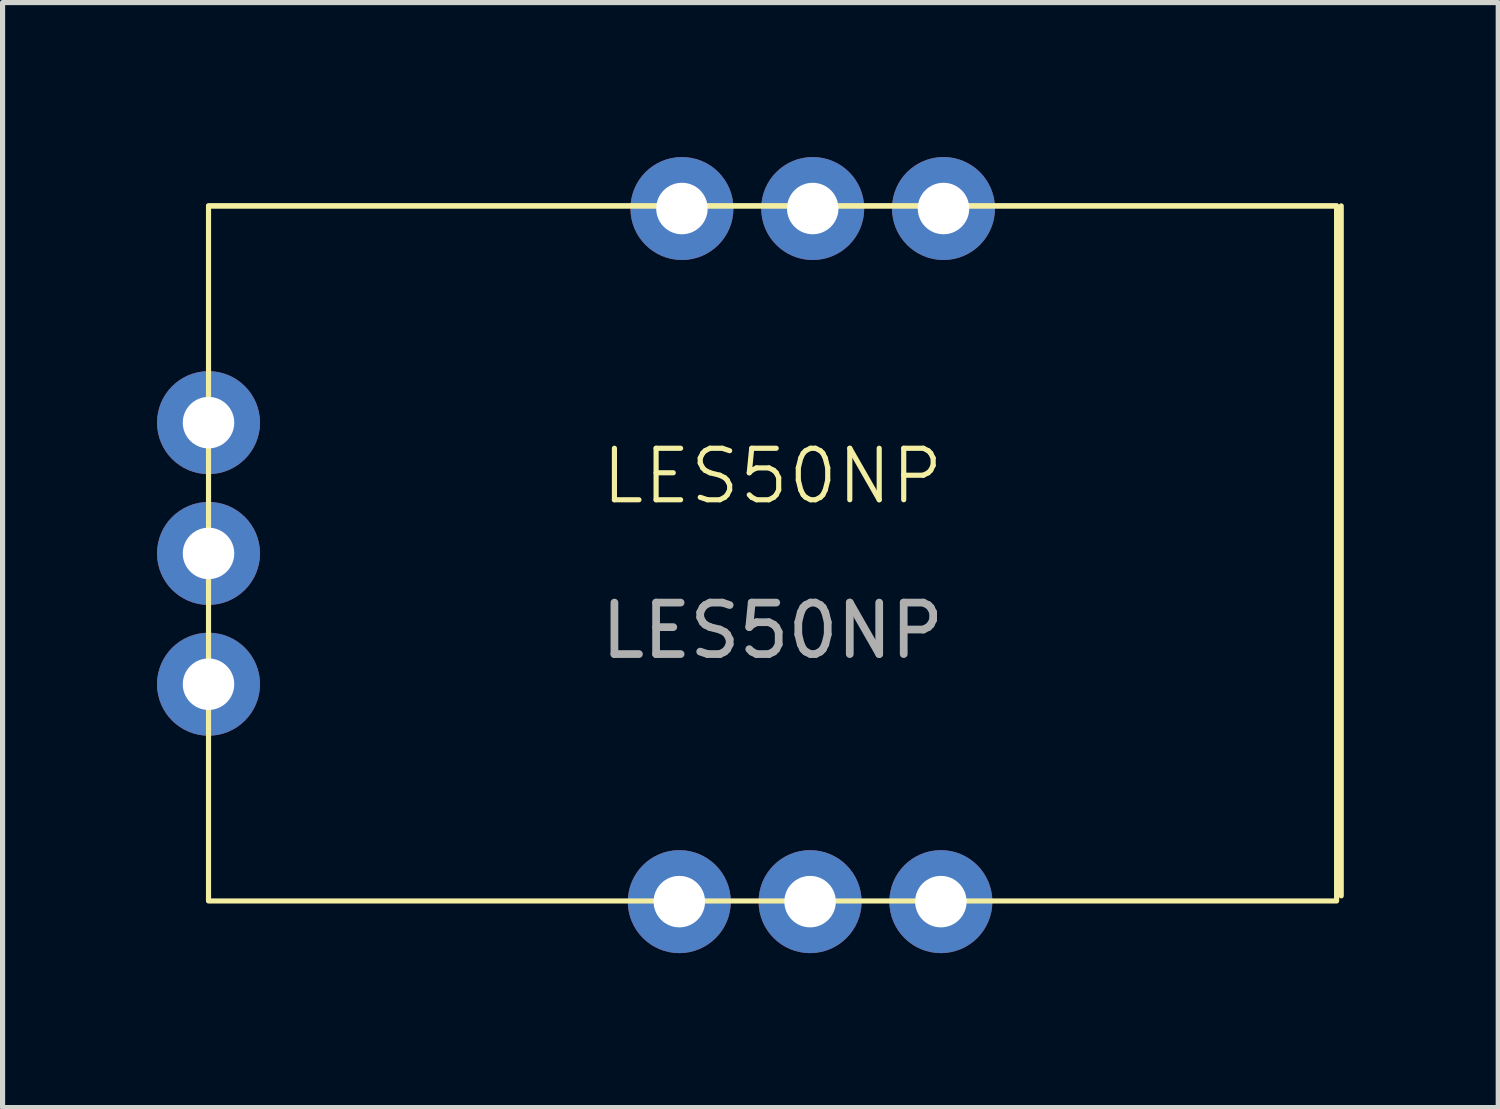
<source format=kicad_pcb>
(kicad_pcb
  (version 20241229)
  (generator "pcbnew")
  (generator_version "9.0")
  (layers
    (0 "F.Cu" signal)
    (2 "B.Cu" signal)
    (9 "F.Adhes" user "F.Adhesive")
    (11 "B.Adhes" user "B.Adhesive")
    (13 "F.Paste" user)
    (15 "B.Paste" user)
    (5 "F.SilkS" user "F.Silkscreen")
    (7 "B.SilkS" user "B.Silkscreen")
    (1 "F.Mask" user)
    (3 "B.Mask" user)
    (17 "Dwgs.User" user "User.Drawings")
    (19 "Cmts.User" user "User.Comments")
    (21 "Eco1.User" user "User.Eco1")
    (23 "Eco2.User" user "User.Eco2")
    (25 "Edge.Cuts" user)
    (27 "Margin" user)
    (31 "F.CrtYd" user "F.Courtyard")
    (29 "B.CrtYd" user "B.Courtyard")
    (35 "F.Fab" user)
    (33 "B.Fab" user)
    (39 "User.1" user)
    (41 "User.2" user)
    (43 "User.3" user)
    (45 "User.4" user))
  (footprint "LES50NP"
    (layer "F.Cu")
    (at 1 0.949)
    (property "Reference" "LES50NP" (at 10.955 5.25 0) (unlocked yes) (layer "F.SilkS") (effects (font (size 1 1) (thickness 0.1))))
    (attr smd)
    (fp_line (start 0 0) (end 21.91 0) (stroke (width 0.1) (type solid)) (layer "F.SilkS"))
    (fp_line (start 22 0) (end 22 13.4) (stroke (width 0.1) (type solid)) (layer "F.SilkS"))
    (fp_rect (start 0 0) (end 21.91 13.5) (stroke (width 0.1) (type default)) (fill no) (layer "F.SilkS"))
    (fp_text user "${REFERENCE}" (at 10.955 8.25 0) (unlocked yes) (layer "F.Fab") (effects (font (size 1 1) (thickness 0.15))))
    (pad "1" thru_hole circle (at 9.144 13.513 90) (size 2 2) (drill 1) (layers "*.Cu" "*.Mask"))
    (pad "2" thru_hole circle (at 11.684 13.513 90) (size 2 2) (drill 1) (layers "*.Cu" "*.Mask"))
    (pad "3" thru_hole circle (at 14.224 13.513 90) (size 2 2) (drill 1) (layers "*.Cu" "*.Mask"))
    (pad "8" thru_hole circle (at 14.275 0.051 90) (size 2 2) (drill 1) (layers "*.Cu" "*.Mask"))
    (pad "9" thru_hole circle (at 11.735 0.051 90) (size 2 2) (drill 1) (layers "*.Cu" "*.Mask"))
    (pad "10" thru_hole circle (at 9.195 0.051 90) (size 2 2) (drill 1) (layers "*.Cu" "*.Mask"))
    (pad "11" thru_hole circle (at 0 4.21) (size 2 2) (drill 1) (layers "*.Cu" "*.Mask"))
    (pad "12" thru_hole circle (at 0 6.75) (size 2 2) (drill 1) (layers "*.Cu" "*.Mask"))
    (pad "13" thru_hole circle (at 0 9.29) (size 2 2) (drill 1) (layers "*.Cu" "*.Mask")))
  (gr_rect
    (start -3 -3)
    (end 26.05 18.462)
    (stroke (width 0.1) (type default))
    (fill no)
    (layer "Edge.Cuts")))
</source>
